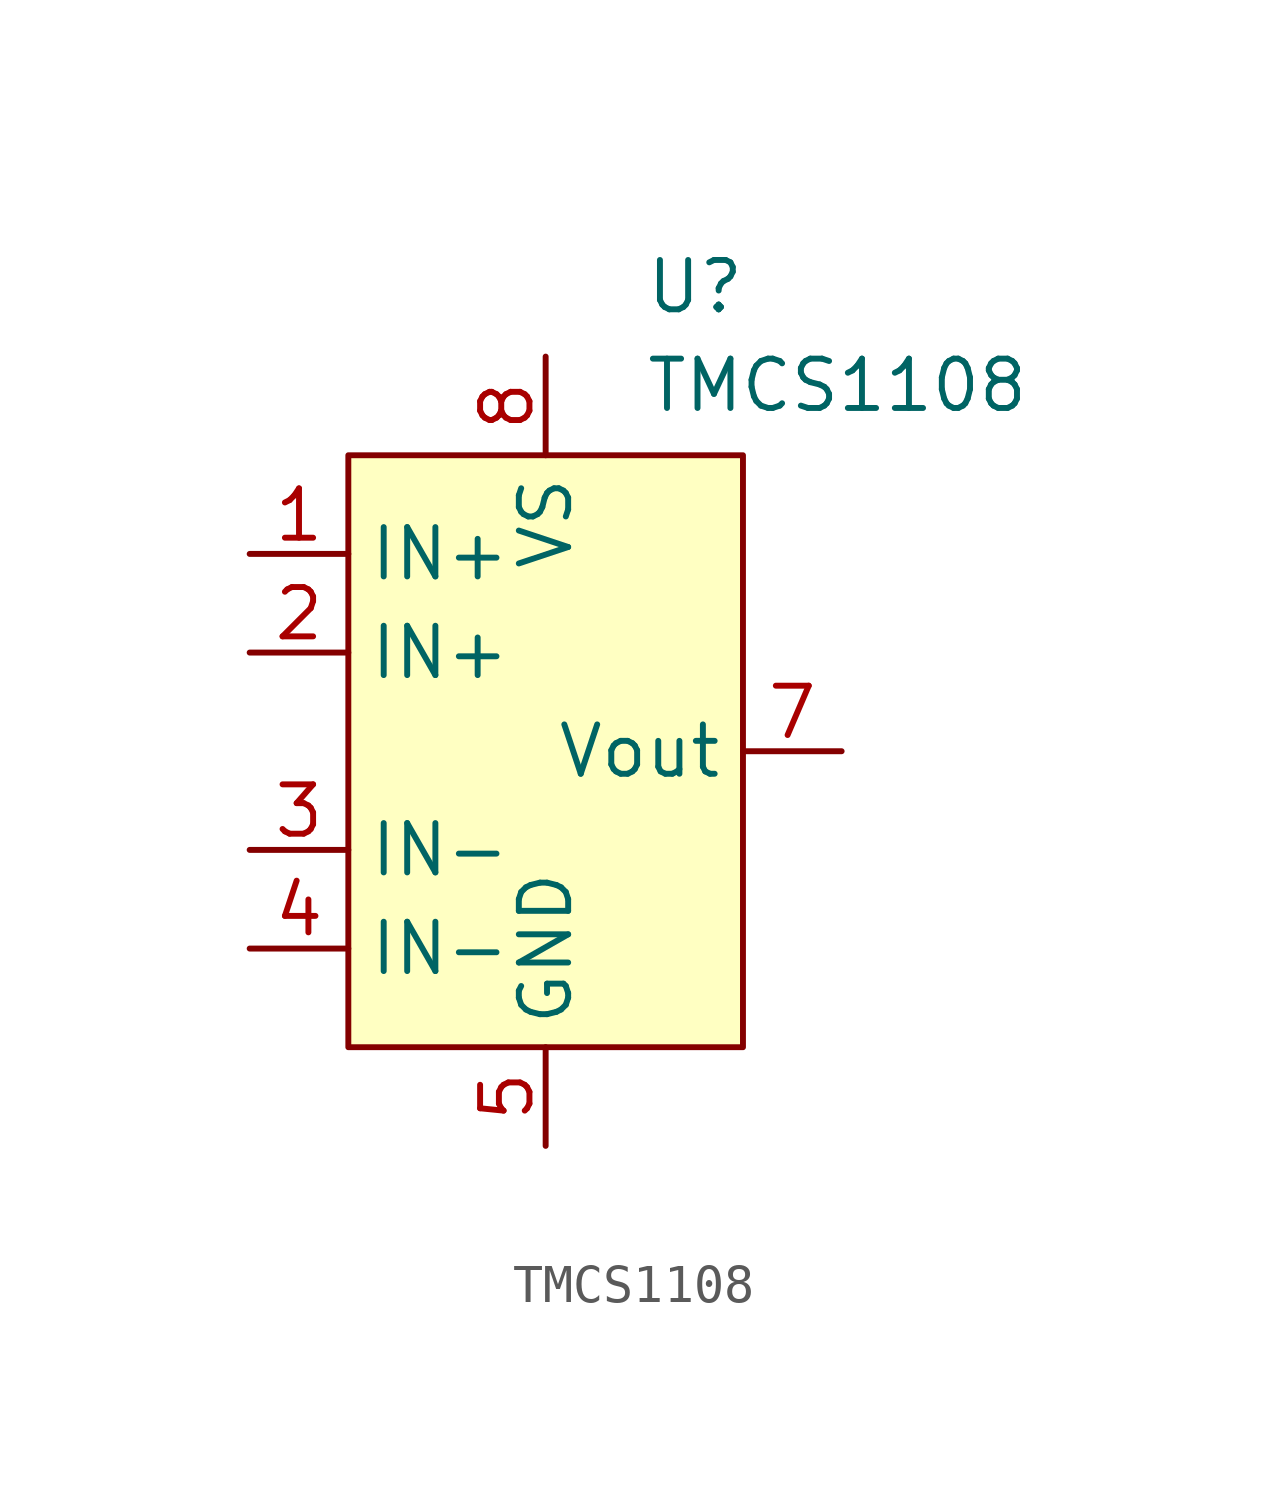
<source format=kicad_sym>
(kicad_symbol_lib
  (version 20211014)
  (generator kicad_symbol_editor)
  (symbol "TMCS1108"
    (property "Reference" "U"
      (at 2.54 12.7 0)
      (effects (font (size 1.27 1.27)) (justify left top)))
    (property "Value" "TMCS1108"
      (at 2.54 10.16 0)
      (effects (font (size 1.27 1.27)) (justify left top)))
    (symbol "TMCS1108_0_0"
      (pin input line (at -7.62 5.08 0) (length 2.54) (name "IN+" (effects (font (size 1.27 1.27)))) (number "1" (effects (font (size 1.27 1.27)))))
      (pin input line (at -7.62 2.54 0) (length 2.54) (name "IN+" (effects (font (size 1.27 1.27)))) (number "2" (effects (font (size 1.27 1.27)))))
      (pin input line (at -7.62 -2.54 0) (length 2.54) (name "IN-" (effects (font (size 1.27 1.27)))) (number "3" (effects (font (size 1.27 1.27)))))
      (pin input line (at -7.62 -5.08 0) (length 2.54) (name "IN-" (effects (font (size 1.27 1.27)))) (number "4" (effects (font (size 1.27 1.27)))))
      (pin power_in line (at 0 -10.16 90) (length 2.54) (name "GND" (effects (font (size 1.27 1.27)))) (number "5" (effects (font (size 1.27 1.27)))))
      (pin no_connect line (at 2.54 -10.16 90) (length 2.54) hide (name "NC" (effects (font (size 1.27 1.27)))) (number "6" (effects (font (size 1.27 1.27)))))
      (pin output line (at 7.62 0 180) (length 2.54) (name "Vout" (effects (font (size 1.27 1.27)))) (number "7" (effects (font (size 1.27 1.27)))))
      (pin power_in line (at 0 10.16 270) (length 2.54) (name "VS" (effects (font (size 1.27 1.27)))) (number "8" (effects (font (size 1.27 1.27))))))
    (symbol "TMCS1108_0_1"
      (rectangle (start -5.08 7.62) (end 5.08 -7.62) (stroke (width 0.152) (type default) (color 0 0 0 0)) (fill (type background))))))
</source>
